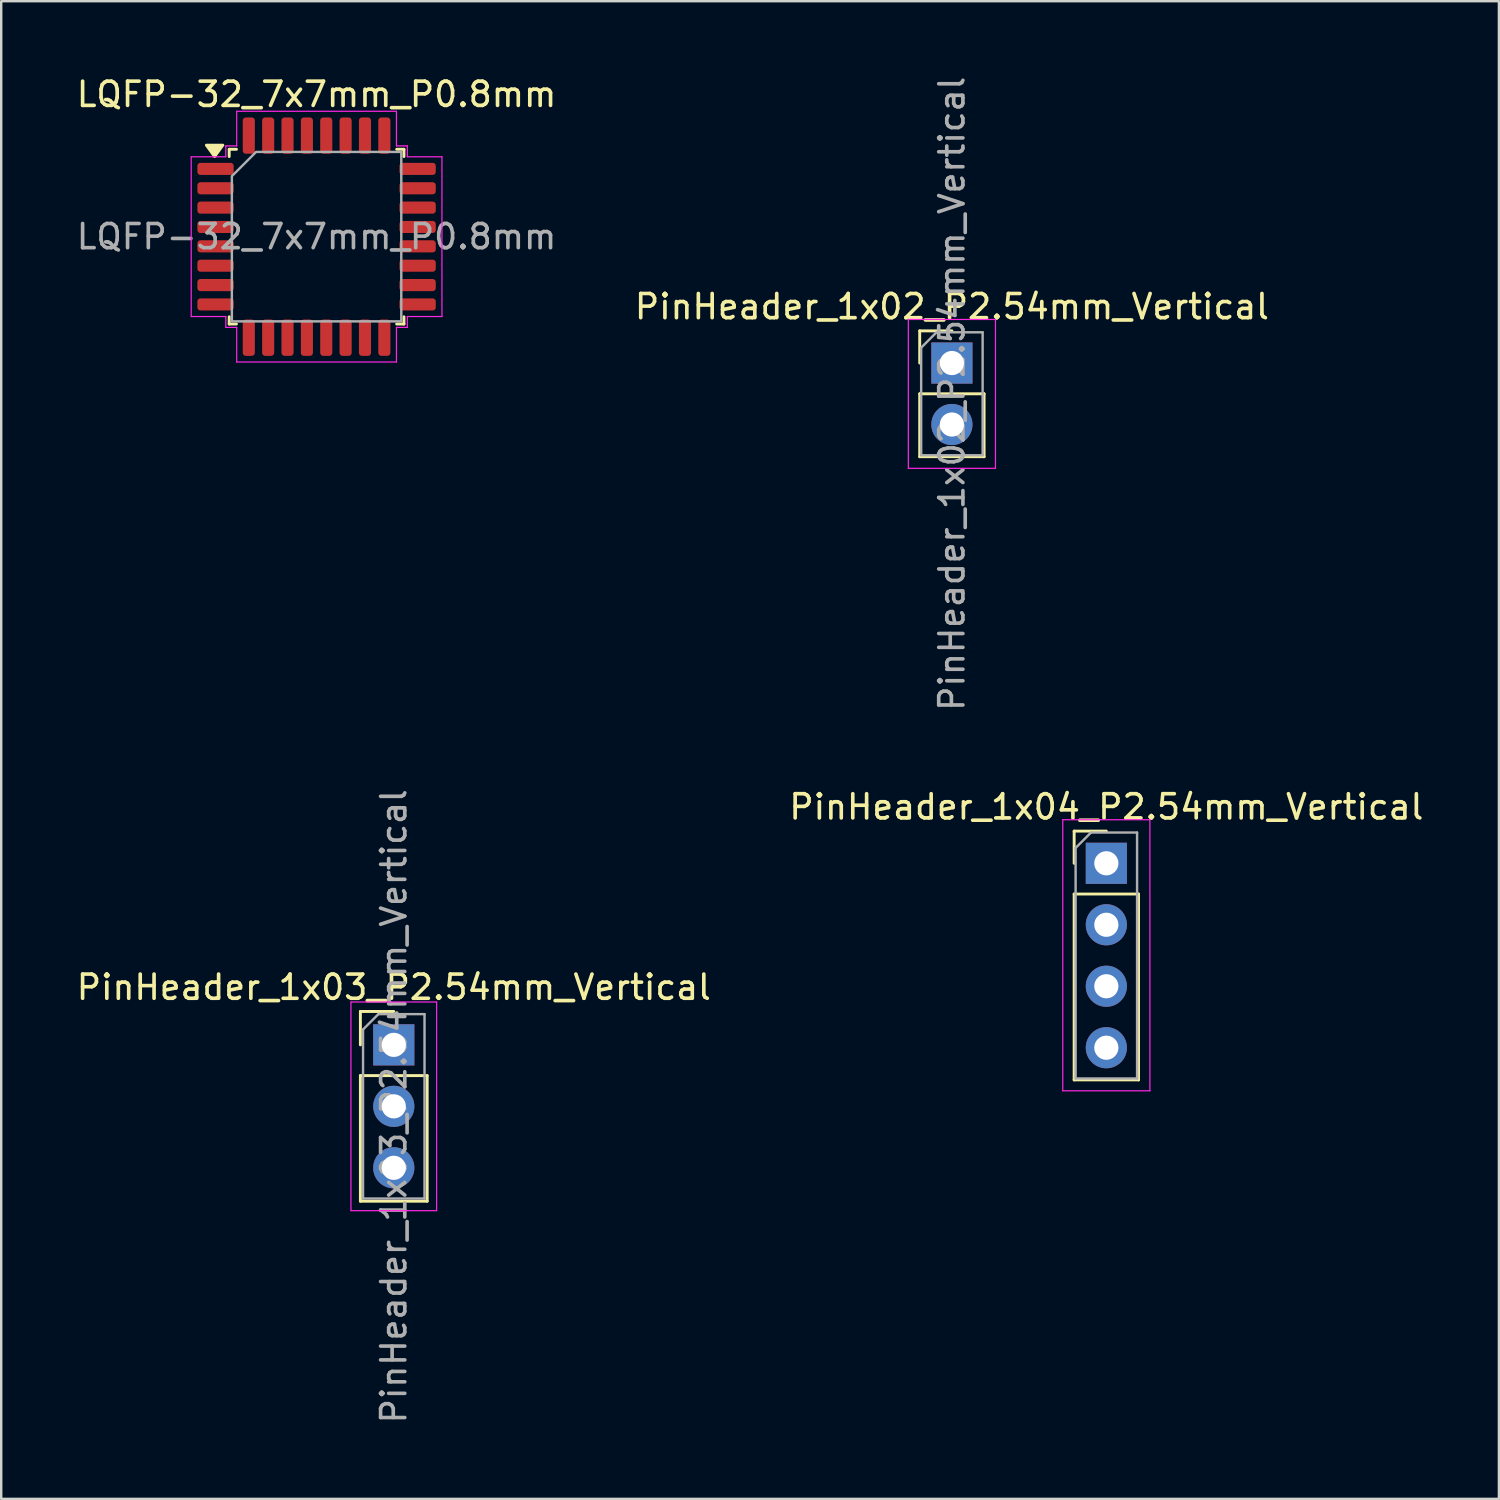
<source format=kicad_pcb>
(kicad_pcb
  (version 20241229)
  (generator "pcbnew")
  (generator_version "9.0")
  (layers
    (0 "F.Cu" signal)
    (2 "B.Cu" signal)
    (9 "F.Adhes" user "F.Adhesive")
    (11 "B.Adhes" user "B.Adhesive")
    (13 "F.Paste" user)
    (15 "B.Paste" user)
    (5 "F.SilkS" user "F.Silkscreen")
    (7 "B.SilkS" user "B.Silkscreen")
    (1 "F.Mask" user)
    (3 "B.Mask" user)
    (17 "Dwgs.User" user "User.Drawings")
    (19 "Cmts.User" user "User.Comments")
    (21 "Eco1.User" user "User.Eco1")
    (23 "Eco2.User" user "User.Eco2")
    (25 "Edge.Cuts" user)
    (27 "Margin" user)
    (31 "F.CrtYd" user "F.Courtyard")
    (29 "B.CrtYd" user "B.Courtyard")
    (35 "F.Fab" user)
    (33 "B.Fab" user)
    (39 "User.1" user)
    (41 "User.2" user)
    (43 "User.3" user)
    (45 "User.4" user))
  (footprint "PinHeader_1x02_P2.54mm_Vertical"
    (layer "F.Cu")
    (at 36.28 11.95)
    (property "Reference" "PinHeader_1x02_P2.54mm_Vertical" (at 0 -2.33 0) (layer "F.SilkS") (effects (font (size 1 1) (thickness 0.15))))
    (attr through_hole)
    (fp_line (start -1.33 -1.33) (end 0 -1.33) (stroke (width 0.12) (type solid)) (layer "F.SilkS"))
    (fp_line (start -1.33 0) (end -1.33 -1.33) (stroke (width 0.12) (type solid)) (layer "F.SilkS"))
    (fp_line (start -1.33 1.27) (end -1.33 3.87) (stroke (width 0.12) (type solid)) (layer "F.SilkS"))
    (fp_line (start -1.33 1.27) (end 1.33 1.27) (stroke (width 0.12) (type solid)) (layer "F.SilkS"))
    (fp_line (start -1.33 3.87) (end 1.33 3.87) (stroke (width 0.12) (type solid)) (layer "F.SilkS"))
    (fp_line (start 1.33 1.27) (end 1.33 3.87) (stroke (width 0.12) (type solid)) (layer "F.SilkS"))
    (fp_line (start -1.8 -1.8) (end -1.8 4.35) (stroke (width 0.05) (type solid)) (layer "F.CrtYd"))
    (fp_line (start -1.8 4.35) (end 1.8 4.35) (stroke (width 0.05) (type solid)) (layer "F.CrtYd"))
    (fp_line (start 1.8 -1.8) (end -1.8 -1.8) (stroke (width 0.05) (type solid)) (layer "F.CrtYd"))
    (fp_line (start 1.8 4.35) (end 1.8 -1.8) (stroke (width 0.05) (type solid)) (layer "F.CrtYd"))
    (fp_line (start -1.27 -0.635) (end -0.635 -1.27) (stroke (width 0.1) (type solid)) (layer "F.Fab"))
    (fp_line (start -1.27 3.81) (end -1.27 -0.635) (stroke (width 0.1) (type solid)) (layer "F.Fab"))
    (fp_line (start -0.635 -1.27) (end 1.27 -1.27) (stroke (width 0.1) (type solid)) (layer "F.Fab"))
    (fp_line (start 1.27 -1.27) (end 1.27 3.81) (stroke (width 0.1) (type solid)) (layer "F.Fab"))
    (fp_line (start 1.27 3.81) (end -1.27 3.81) (stroke (width 0.1) (type solid)) (layer "F.Fab"))
    (fp_text user "${REFERENCE}" (at 0 1.27 90) (layer "F.Fab") (effects (font (size 1 1) (thickness 0.15))))
    (pad "1" thru_hole rect (at 0 0) (size 1.7 1.7) (drill 1) (layers "*.Cu" "*.Mask"))
    (pad "2" thru_hole oval (at 0 2.54) (size 1.7 1.7) (drill 1) (layers "*.Cu" "*.Mask")))
  (footprint "LQFP-32_7x7mm_P0.8mm"
    (layer "F.Cu")
    (at 10.03 6.728)
    (property "Reference" "LQFP-32_7x7mm_P0.8mm" (at 0 -5.88 180) (layer "F.SilkS") (effects (font (size 1 1) (thickness 0.15))))
    (attr smd)
    (fp_line (start -3.61 -3.61) (end -3.61 -3.31) (stroke (width 0.12) (type solid)) (layer "F.SilkS"))
    (fp_line (start -3.61 3.61) (end -3.61 3.31) (stroke (width 0.12) (type solid)) (layer "F.SilkS"))
    (fp_line (start -3.31 -3.61) (end -3.61 -3.61) (stroke (width 0.12) (type solid)) (layer "F.SilkS"))
    (fp_line (start -3.31 3.61) (end -3.61 3.61) (stroke (width 0.12) (type solid)) (layer "F.SilkS"))
    (fp_line (start 3.31 -3.61) (end 3.61 -3.61) (stroke (width 0.12) (type solid)) (layer "F.SilkS"))
    (fp_line (start 3.31 3.61) (end 3.61 3.61) (stroke (width 0.12) (type solid)) (layer "F.SilkS"))
    (fp_line (start 3.61 -3.61) (end 3.61 -3.31) (stroke (width 0.12) (type solid)) (layer "F.SilkS"))
    (fp_line (start 3.61 3.61) (end 3.61 3.31) (stroke (width 0.12) (type solid)) (layer "F.SilkS"))
    (fp_poly (pts (xy -4.213 -3.31) (xy -4.553 -3.78) (xy -3.873 -3.78)) (stroke (width 0.12) (type solid)) (fill yes) (layer "F.SilkS"))
    (fp_line (start -5.18 -3.3) (end -3.75 -3.3) (stroke (width 0.05) (type solid)) (layer "F.CrtYd"))
    (fp_line (start -5.18 3.3) (end -5.18 -3.3) (stroke (width 0.05) (type solid)) (layer "F.CrtYd"))
    (fp_line (start -3.75 -3.75) (end -3.3 -3.75) (stroke (width 0.05) (type solid)) (layer "F.CrtYd"))
    (fp_line (start -3.75 -3.3) (end -3.75 -3.75) (stroke (width 0.05) (type solid)) (layer "F.CrtYd"))
    (fp_line (start -3.75 3.3) (end -5.18 3.3) (stroke (width 0.05) (type solid)) (layer "F.CrtYd"))
    (fp_line (start -3.75 3.75) (end -3.75 3.3) (stroke (width 0.05) (type solid)) (layer "F.CrtYd"))
    (fp_line (start -3.3 -5.18) (end 3.3 -5.18) (stroke (width 0.05) (type solid)) (layer "F.CrtYd"))
    (fp_line (start -3.3 -3.75) (end -3.3 -5.18) (stroke (width 0.05) (type solid)) (layer "F.CrtYd"))
    (fp_line (start -3.3 3.75) (end -3.75 3.75) (stroke (width 0.05) (type solid)) (layer "F.CrtYd"))
    (fp_line (start -3.3 5.18) (end -3.3 3.75) (stroke (width 0.05) (type solid)) (layer "F.CrtYd"))
    (fp_line (start 3.3 -5.18) (end 3.3 -3.75) (stroke (width 0.05) (type solid)) (layer "F.CrtYd"))
    (fp_line (start 3.3 -3.75) (end 3.75 -3.75) (stroke (width 0.05) (type solid)) (layer "F.CrtYd"))
    (fp_line (start 3.3 3.75) (end 3.3 5.18) (stroke (width 0.05) (type solid)) (layer "F.CrtYd"))
    (fp_line (start 3.3 5.18) (end -3.3 5.18) (stroke (width 0.05) (type solid)) (layer "F.CrtYd"))
    (fp_line (start 3.75 -3.75) (end 3.75 -3.3) (stroke (width 0.05) (type solid)) (layer "F.CrtYd"))
    (fp_line (start 3.75 -3.3) (end 5.18 -3.3) (stroke (width 0.05) (type solid)) (layer "F.CrtYd"))
    (fp_line (start 3.75 3.3) (end 3.75 3.75) (stroke (width 0.05) (type solid)) (layer "F.CrtYd"))
    (fp_line (start 3.75 3.75) (end 3.3 3.75) (stroke (width 0.05) (type solid)) (layer "F.CrtYd"))
    (fp_line (start 5.18 -3.3) (end 5.18 3.3) (stroke (width 0.05) (type solid)) (layer "F.CrtYd"))
    (fp_line (start 5.18 3.3) (end 3.75 3.3) (stroke (width 0.05) (type solid)) (layer "F.CrtYd"))
    (fp_poly (pts (xy -3.5 -2.5) (xy -3.5 3.5) (xy 3.5 3.5) (xy 3.5 -3.5) (xy -2.5 -3.5)) (stroke (width 0.1) (type solid)) (fill no) (layer "F.Fab"))
    (fp_text user "${REFERENCE}" (at 0 0 180) (layer "F.Fab") (effects (font (size 1 1) (thickness 0.15))))
    (pad "1" smd roundrect (at -4.175 -2.8) (size 1.5 0.5) (layers "F.Cu" "F.Mask" "F.Paste") (roundrect_rratio 0.25))
    (pad "2" smd roundrect (at -4.175 -2) (size 1.5 0.5) (layers "F.Cu" "F.Mask" "F.Paste") (roundrect_rratio 0.25))
    (pad "3" smd roundrect (at -4.175 -1.2) (size 1.5 0.5) (layers "F.Cu" "F.Mask" "F.Paste") (roundrect_rratio 0.25))
    (pad "4" smd roundrect (at -4.175 -0.4) (size 1.5 0.5) (layers "F.Cu" "F.Mask" "F.Paste") (roundrect_rratio 0.25))
    (pad "5" smd roundrect (at -4.175 0.4) (size 1.5 0.5) (layers "F.Cu" "F.Mask" "F.Paste") (roundrect_rratio 0.25))
    (pad "6" smd roundrect (at -4.175 1.2) (size 1.5 0.5) (layers "F.Cu" "F.Mask" "F.Paste") (roundrect_rratio 0.25))
    (pad "7" smd roundrect (at -4.175 2) (size 1.5 0.5) (layers "F.Cu" "F.Mask" "F.Paste") (roundrect_rratio 0.25))
    (pad "8" smd roundrect (at -4.175 2.8) (size 1.5 0.5) (layers "F.Cu" "F.Mask" "F.Paste") (roundrect_rratio 0.25))
    (pad "9" smd roundrect (at -2.8 4.175) (size 0.5 1.5) (layers "F.Cu" "F.Mask" "F.Paste") (roundrect_rratio 0.25))
    (pad "10" smd roundrect (at -2 4.175) (size 0.5 1.5) (layers "F.Cu" "F.Mask" "F.Paste") (roundrect_rratio 0.25))
    (pad "11" smd roundrect (at -1.2 4.175) (size 0.5 1.5) (layers "F.Cu" "F.Mask" "F.Paste") (roundrect_rratio 0.25))
    (pad "12" smd roundrect (at -0.4 4.175) (size 0.5 1.5) (layers "F.Cu" "F.Mask" "F.Paste") (roundrect_rratio 0.25))
    (pad "13" smd roundrect (at 0.4 4.175) (size 0.5 1.5) (layers "F.Cu" "F.Mask" "F.Paste") (roundrect_rratio 0.25))
    (pad "14" smd roundrect (at 1.2 4.175) (size 0.5 1.5) (layers "F.Cu" "F.Mask" "F.Paste") (roundrect_rratio 0.25))
    (pad "15" smd roundrect (at 2 4.175) (size 0.5 1.5) (layers "F.Cu" "F.Mask" "F.Paste") (roundrect_rratio 0.25))
    (pad "16" smd roundrect (at 2.8 4.175) (size 0.5 1.5) (layers "F.Cu" "F.Mask" "F.Paste") (roundrect_rratio 0.25))
    (pad "17" smd roundrect (at 4.175 2.8) (size 1.5 0.5) (layers "F.Cu" "F.Mask" "F.Paste") (roundrect_rratio 0.25))
    (pad "18" smd roundrect (at 4.175 2) (size 1.5 0.5) (layers "F.Cu" "F.Mask" "F.Paste") (roundrect_rratio 0.25))
    (pad "19" smd roundrect (at 4.175 1.2) (size 1.5 0.5) (layers "F.Cu" "F.Mask" "F.Paste") (roundrect_rratio 0.25))
    (pad "20" smd roundrect (at 4.175 0.4) (size 1.5 0.5) (layers "F.Cu" "F.Mask" "F.Paste") (roundrect_rratio 0.25))
    (pad "21" smd roundrect (at 4.175 -0.4) (size 1.5 0.5) (layers "F.Cu" "F.Mask" "F.Paste") (roundrect_rratio 0.25))
    (pad "22" smd roundrect (at 4.175 -1.2) (size 1.5 0.5) (layers "F.Cu" "F.Mask" "F.Paste") (roundrect_rratio 0.25))
    (pad "23" smd roundrect (at 4.175 -2) (size 1.5 0.5) (layers "F.Cu" "F.Mask" "F.Paste") (roundrect_rratio 0.25))
    (pad "24" smd roundrect (at 4.175 -2.8) (size 1.5 0.5) (layers "F.Cu" "F.Mask" "F.Paste") (roundrect_rratio 0.25))
    (pad "25" smd roundrect (at 2.8 -4.175) (size 0.5 1.5) (layers "F.Cu" "F.Mask" "F.Paste") (roundrect_rratio 0.25))
    (pad "26" smd roundrect (at 2 -4.175) (size 0.5 1.5) (layers "F.Cu" "F.Mask" "F.Paste") (roundrect_rratio 0.25))
    (pad "27" smd roundrect (at 1.2 -4.175) (size 0.5 1.5) (layers "F.Cu" "F.Mask" "F.Paste") (roundrect_rratio 0.25))
    (pad "28" smd roundrect (at 0.4 -4.175) (size 0.5 1.5) (layers "F.Cu" "F.Mask" "F.Paste") (roundrect_rratio 0.25))
    (pad "29" smd roundrect (at -0.4 -4.175) (size 0.5 1.5) (layers "F.Cu" "F.Mask" "F.Paste") (roundrect_rratio 0.25))
    (pad "30" smd roundrect (at -1.2 -4.175) (size 0.5 1.5) (layers "F.Cu" "F.Mask" "F.Paste") (roundrect_rratio 0.25))
    (pad "31" smd roundrect (at -2 -4.175) (size 0.5 1.5) (layers "F.Cu" "F.Mask" "F.Paste") (roundrect_rratio 0.25))
    (pad "32" smd roundrect (at -2.8 -4.175) (size 0.5 1.5) (layers "F.Cu" "F.Mask" "F.Paste") (roundrect_rratio 0.25)))
  (footprint "PinHeader_1x03_P2.54mm_Vertical"
    (layer "F.Cu")
    (at 13.22 40.121)
    (property "Reference" "PinHeader_1x03_P2.54mm_Vertical" (at 0 -2.38 0) (layer "F.SilkS") (effects (font (size 1 1) (thickness 0.15))))
    (attr through_hole)
    (fp_line (start -1.38 -1.38) (end 0 -1.38) (stroke (width 0.12) (type solid)) (layer "F.SilkS"))
    (fp_line (start -1.38 0) (end -1.38 -1.38) (stroke (width 0.12) (type solid)) (layer "F.SilkS"))
    (fp_line (start -1.38 1.27) (end -1.38 6.46) (stroke (width 0.12) (type solid)) (layer "F.SilkS"))
    (fp_line (start -1.38 1.27) (end 1.38 1.27) (stroke (width 0.12) (type solid)) (layer "F.SilkS"))
    (fp_line (start -1.38 6.46) (end 1.38 6.46) (stroke (width 0.12) (type solid)) (layer "F.SilkS"))
    (fp_line (start 1.38 1.27) (end 1.38 6.46) (stroke (width 0.12) (type solid)) (layer "F.SilkS"))
    (fp_line (start -1.77 -1.77) (end -1.77 6.85) (stroke (width 0.05) (type solid)) (layer "F.CrtYd"))
    (fp_line (start -1.77 6.85) (end 1.77 6.85) (stroke (width 0.05) (type solid)) (layer "F.CrtYd"))
    (fp_line (start 1.77 -1.77) (end -1.77 -1.77) (stroke (width 0.05) (type solid)) (layer "F.CrtYd"))
    (fp_line (start 1.77 6.85) (end 1.77 -1.77) (stroke (width 0.05) (type solid)) (layer "F.CrtYd"))
    (fp_line (start -1.27 -0.635) (end -0.635 -1.27) (stroke (width 0.1) (type solid)) (layer "F.Fab"))
    (fp_line (start -1.27 6.35) (end -1.27 -0.635) (stroke (width 0.1) (type solid)) (layer "F.Fab"))
    (fp_line (start -0.635 -1.27) (end 1.27 -1.27) (stroke (width 0.1) (type solid)) (layer "F.Fab"))
    (fp_line (start 1.27 -1.27) (end 1.27 6.35) (stroke (width 0.1) (type solid)) (layer "F.Fab"))
    (fp_line (start 1.27 6.35) (end -1.27 6.35) (stroke (width 0.1) (type solid)) (layer "F.Fab"))
    (fp_text user "${REFERENCE}" (at 0 2.54 90) (layer "F.Fab") (effects (font (size 1 1) (thickness 0.15))))
    (pad "1" thru_hole rect (at 0 0) (size 1.7 1.7) (drill 1) (layers "*.Cu" "*.Mask"))
    (pad "2" thru_hole circle (at 0 2.54) (size 1.7 1.7) (drill 1) (layers "*.Cu" "*.Mask"))
    (pad "3" thru_hole circle (at 0 5.08) (size 1.7 1.7) (drill 1) (layers "*.Cu" "*.Mask")))
  (footprint "PinHeader_1x04_P2.54mm_Vertical"
    (layer "F.Cu")
    (at 42.661 32.619)
    (property "Reference" "PinHeader_1x04_P2.54mm_Vertical" (at 0 -2.33 180) (layer "F.SilkS") (effects (font (size 1 1) (thickness 0.15))))
    (attr through_hole)
    (fp_line (start -1.33 -1.33) (end 0 -1.33) (stroke (width 0.12) (type solid)) (layer "F.SilkS"))
    (fp_line (start -1.33 0) (end -1.33 -1.33) (stroke (width 0.12) (type solid)) (layer "F.SilkS"))
    (fp_line (start -1.33 1.27) (end -1.33 8.95) (stroke (width 0.12) (type solid)) (layer "F.SilkS"))
    (fp_line (start -1.33 1.27) (end 1.33 1.27) (stroke (width 0.12) (type solid)) (layer "F.SilkS"))
    (fp_line (start -1.33 8.95) (end 1.33 8.95) (stroke (width 0.12) (type solid)) (layer "F.SilkS"))
    (fp_line (start 1.33 1.27) (end 1.33 8.95) (stroke (width 0.12) (type solid)) (layer "F.SilkS"))
    (fp_line (start -1.8 -1.8) (end -1.8 9.4) (stroke (width 0.05) (type solid)) (layer "F.CrtYd"))
    (fp_line (start -1.8 9.4) (end 1.8 9.4) (stroke (width 0.05) (type solid)) (layer "F.CrtYd"))
    (fp_line (start 1.8 -1.8) (end -1.8 -1.8) (stroke (width 0.05) (type solid)) (layer "F.CrtYd"))
    (fp_line (start 1.8 9.4) (end 1.8 -1.8) (stroke (width 0.05) (type solid)) (layer "F.CrtYd"))
    (fp_line (start -1.27 -0.635) (end -0.635 -1.27) (stroke (width 0.1) (type solid)) (layer "F.Fab"))
    (fp_line (start -1.27 8.89) (end -1.27 -0.635) (stroke (width 0.1) (type solid)) (layer "F.Fab"))
    (fp_line (start -0.635 -1.27) (end 1.27 -1.27) (stroke (width 0.1) (type solid)) (layer "F.Fab"))
    (fp_line (start 1.27 -1.27) (end 1.27 8.89) (stroke (width 0.1) (type solid)) (layer "F.Fab"))
    (fp_line (start 1.27 8.89) (end -1.27 8.89) (stroke (width 0.1) (type solid)) (layer "F.Fab"))
    (pad "1" thru_hole rect (at 0 0) (size 1.7 1.7) (drill 1) (layers "*.Cu" "*.Mask"))
    (pad "2" thru_hole oval (at 0 2.54) (size 1.7 1.7) (drill 1) (layers "*.Cu" "*.Mask"))
    (pad "3" thru_hole oval (at 0 5.08) (size 1.7 1.7) (drill 1) (layers "*.Cu" "*.Mask"))
    (pad "4" thru_hole oval (at 0 7.62) (size 1.7 1.7) (drill 1) (layers "*.Cu" "*.Mask")))
  (gr_rect
    (start -3 -3)
    (end 58.881 58.881)
    (stroke (width 0.1) (type default))
    (fill no)
    (layer "Edge.Cuts")))
</source>
